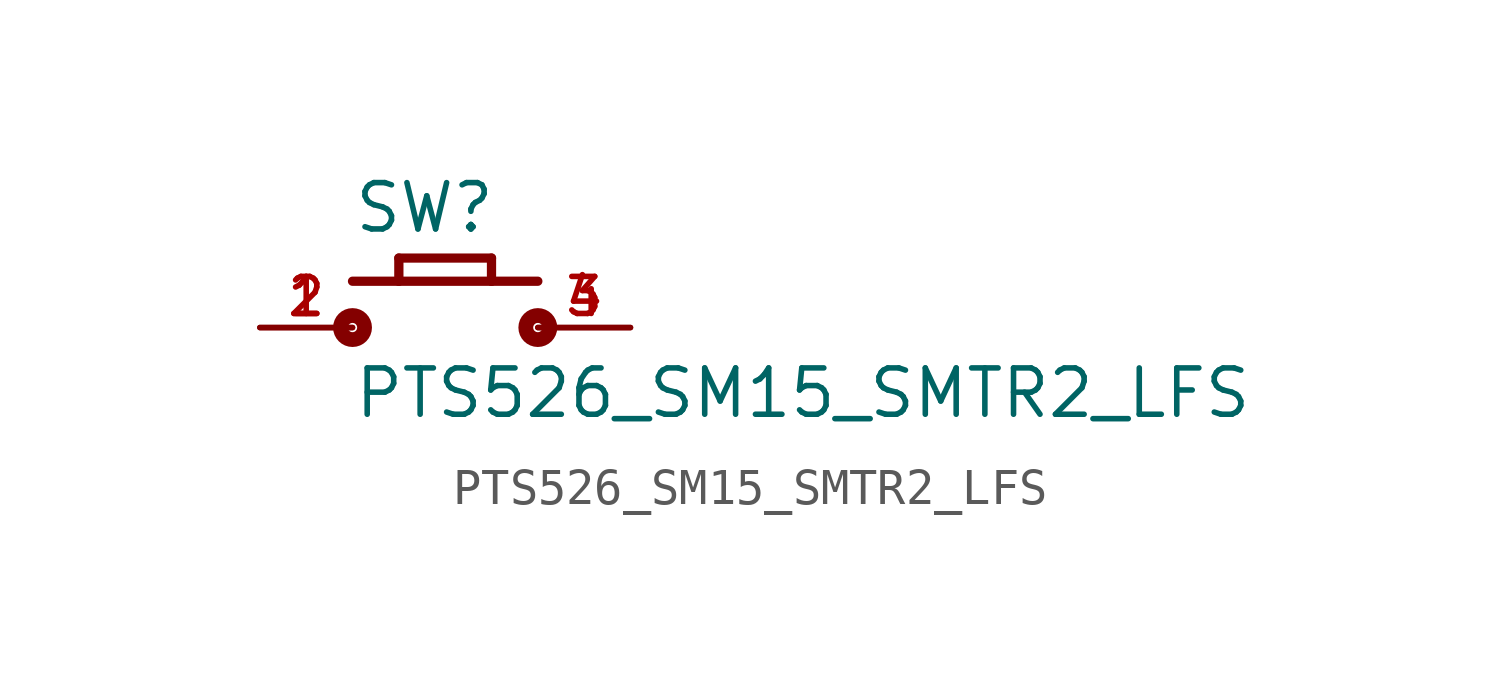
<source format=kicad_sym>
(kicad_symbol_lib
  (version 20211014)
  (generator kicad_symbol_editor)
  (symbol "PTS526_SM15_SMTR2_LFS"
    (pin_names
      (offset 1.016))
    (property "Reference" "SW"
      (at -2.54 2.54 0)
      (effects (font (size 1.27 1.27)) (justify bottom left)))
    (property "Value" "PTS526_SM15_SMTR2_LFS"
      (at -2.54 -2.54 0)
      (effects (font (size 1.27 1.27)) (justify bottom left)))
    (symbol "PTS526_SM15_SMTR2_LFS_0_0"
      (polyline (pts (xy 1.27 1.905) (xy 1.27 1.27)) (stroke (width 0.254)))
      (polyline (pts (xy -1.27 1.905) (xy -1.27 1.27)) (stroke (width 0.254)))
      (polyline (pts (xy -2.54 1.27) (xy -1.27 1.27)) (stroke (width 0.254)))
      (polyline (pts (xy -1.27 1.27) (xy 1.27 1.27)) (stroke (width 0.254)))
      (polyline (pts (xy 1.27 1.27) (xy 2.54 1.27)) (stroke (width 0.254)))
      (polyline (pts (xy -1.27 1.905) (xy 1.27 1.905)) (stroke (width 0.254)))
      (circle (center -2.54 0.0) (radius 0.127) (stroke (width 0.406)) (fill (type none)))
      (circle (center 2.54 0.0) (radius 0.127) (stroke (width 0.406)) (fill (type none)))
      (pin passive line (at -5.08 0.0 0) (length 2.54) (name "~" (effects (font (size 1.016 1.016)))) (number "1" (effects (font (size 1.016 1.016)))))
      (pin passive line (at -5.08 0.0 0) (length 2.54) (name "~" (effects (font (size 1.016 1.016)))) (number "2" (effects (font (size 1.016 1.016)))))
      (pin passive line (at 5.08 0.0 180.0) (length 2.54) (name "~" (effects (font (size 1.016 1.016)))) (number "3" (effects (font (size 1.016 1.016)))))
      (pin passive line (at 5.08 0.0 180.0) (length 2.54) (name "~" (effects (font (size 1.016 1.016)))) (number "4" (effects (font (size 1.016 1.016))))))))
</source>
